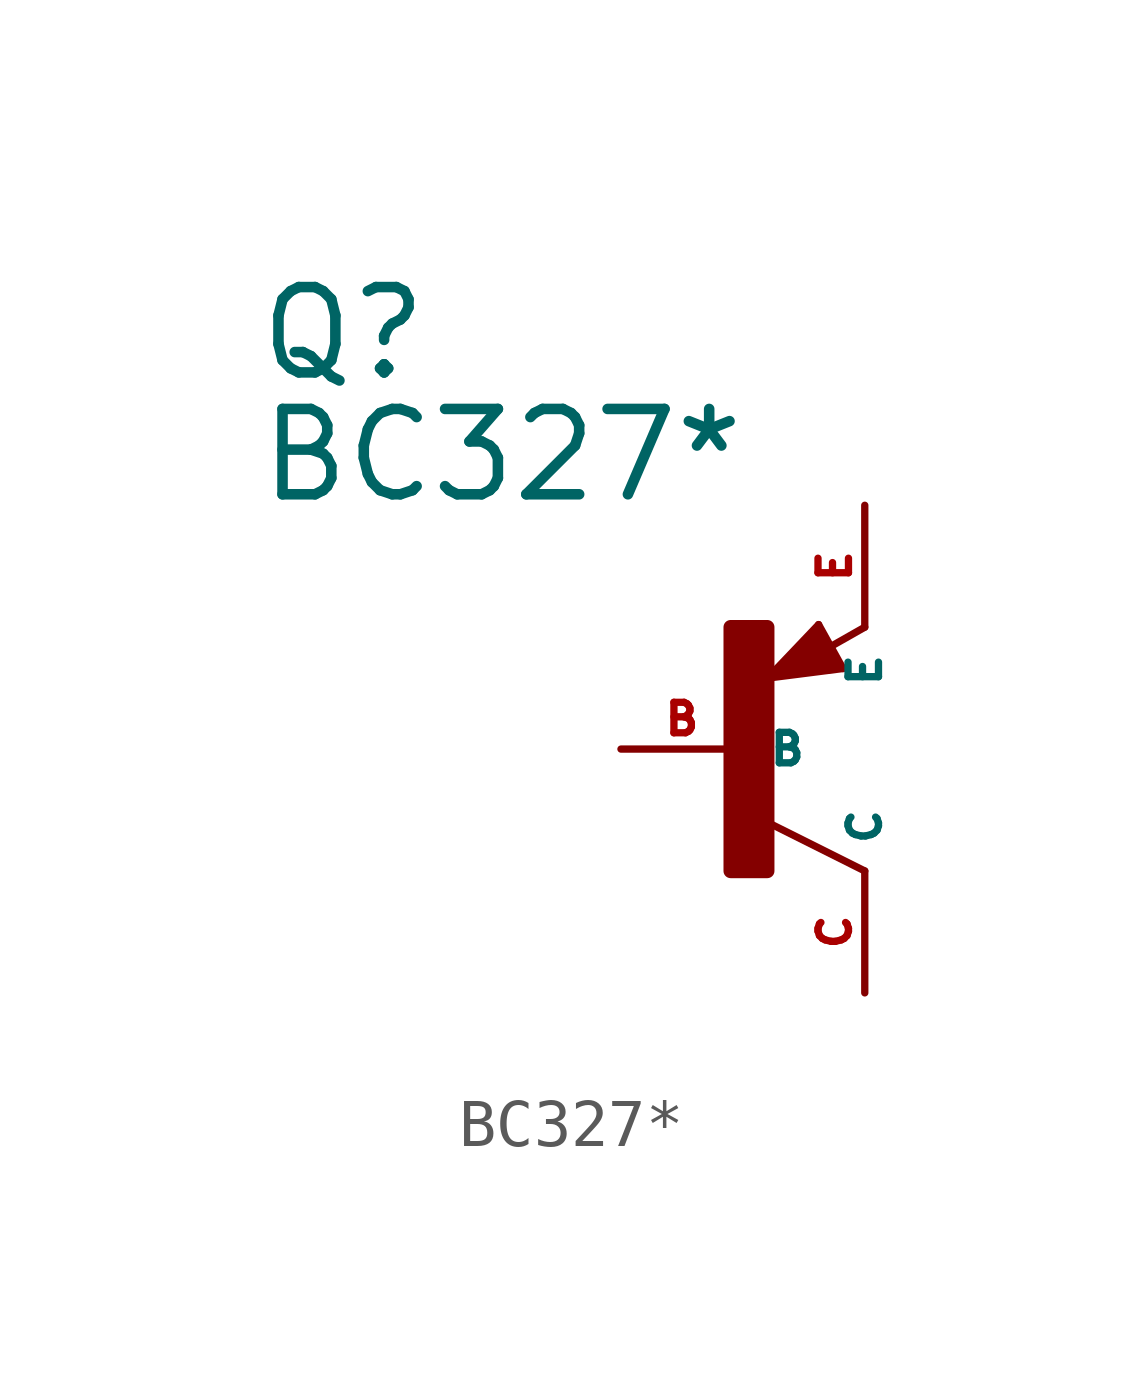
<source format=kicad_sym>
(kicad_symbol_lib
  (version 20220914)
  (generator Eagle2Kicad)
  (symbol "BC327*"
    (property "Reference" "Q"
      (at -10.16 7.62 0)
      (effects (font (size 1.778 1.778) (thickness 0.22)) (justify left bottom)))
    (property "Value" "BC327*"
      (at -10.16 5.08 0)
      (effects (font (size 1.778 1.778) (thickness 0.22)) (justify left bottom)))
    (polyline
      (pts (xy 2.086 1.678) (xy 1.578 2.594))
      (stroke (width 0.152) (type default))
      (fill (type none)))
    (polyline
      (pts (xy 1.578 2.594) (xy 0.516 1.478))
      (stroke (width 0.152) (type default))
      (fill (type none)))
    (polyline
      (pts (xy 0.516 1.478) (xy 2.086 1.678))
      (stroke (width 0.152) (type default))
      (fill (type none)))
    (polyline
      (pts (xy 2.54 2.54) (xy 1.808 2.124))
      (stroke (width 0.152) (type default))
      (fill (type none)))
    (polyline
      (pts (xy 2.54 -2.54) (xy 0.508 -1.524))
      (stroke (width 0.152) (type default))
      (fill (type none)))
    (polyline
      (pts (xy 1.905 1.778) (xy 1.524 2.413))
      (stroke (width 0.254) (type default))
      (fill (type none)))
    (polyline
      (pts (xy 1.524 2.413) (xy 0.762 1.651))
      (stroke (width 0.254) (type default))
      (fill (type none)))
    (polyline
      (pts (xy 0.762 1.651) (xy 1.778 1.778))
      (stroke (width 0.254) (type default))
      (fill (type none)))
    (polyline
      (pts (xy 1.778 1.778) (xy 1.524 2.159))
      (stroke (width 0.254) (type default))
      (fill (type none)))
    (polyline
      (pts (xy 1.524 2.159) (xy 1.143 1.905))
      (stroke (width 0.254) (type default))
      (fill (type none)))
    (polyline
      (pts (xy 1.143 1.905) (xy 1.524 1.905))
      (stroke (width 0.254) (type default))
      (fill (type none)))
    (rectangle
      (start -0.254 -2.54)
      (end 0.508 2.54)
      (stroke (width 0.3) (type default))
      (fill (type outline)))
    (pin passive line
      (at -2.54 0 0)
      (length 2.54)
      (name "B" (effects (font (size 0.635 0.635) (thickness 0.08)) (justify left bottom)))
      (number "B" (effects (font (size 0.635 0.635) (thickness 0.08)) (justify left bottom))))
    (pin passive line
      (at 2.54 5.08 270)
      (length 2.54)
      (name "E" (effects (font (size 0.635 0.635) (thickness 0.08)) (justify left bottom)))
      (number "E" (effects (font (size 0.635 0.635) (thickness 0.08)) (justify left bottom))))
    (pin passive line
      (at 2.54 -5.08 90)
      (length 2.54)
      (name "C" (effects (font (size 0.635 0.635) (thickness 0.08)) (justify left bottom)))
      (number "C" (effects (font (size 0.635 0.635) (thickness 0.08)) (justify left bottom))))))
</source>
